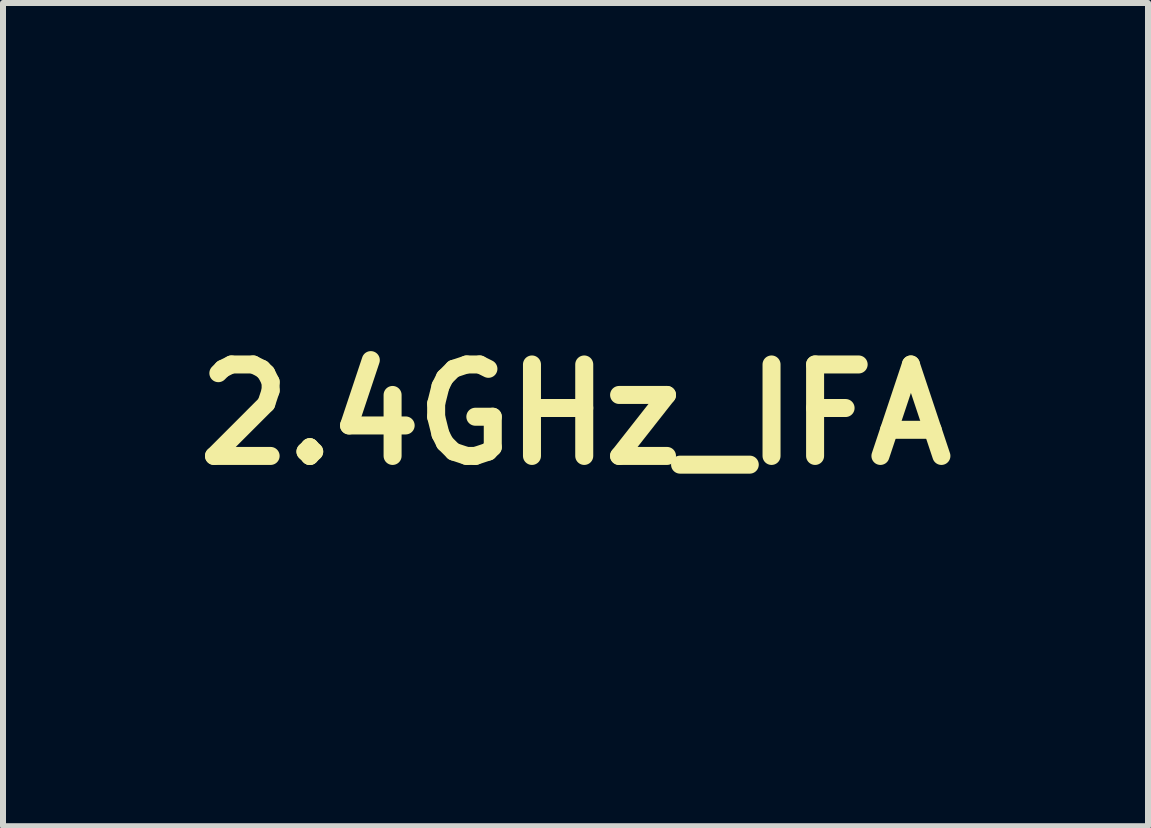
<source format=kicad_pcb>
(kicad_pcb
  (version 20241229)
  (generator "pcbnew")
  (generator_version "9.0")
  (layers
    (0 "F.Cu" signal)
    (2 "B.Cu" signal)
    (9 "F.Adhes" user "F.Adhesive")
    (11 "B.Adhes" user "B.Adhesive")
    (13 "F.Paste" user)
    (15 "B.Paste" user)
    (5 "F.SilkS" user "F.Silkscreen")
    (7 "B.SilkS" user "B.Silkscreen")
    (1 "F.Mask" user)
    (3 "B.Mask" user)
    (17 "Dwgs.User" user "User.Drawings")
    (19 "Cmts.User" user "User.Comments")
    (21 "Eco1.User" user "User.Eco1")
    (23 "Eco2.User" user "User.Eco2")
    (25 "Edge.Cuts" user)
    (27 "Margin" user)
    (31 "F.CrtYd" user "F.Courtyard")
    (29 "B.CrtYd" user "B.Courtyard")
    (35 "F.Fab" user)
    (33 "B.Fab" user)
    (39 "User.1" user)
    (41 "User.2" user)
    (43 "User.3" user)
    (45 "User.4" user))
  (footprint "2.4GHz_IFA"
    (layer "F.Cu")
    (at 6.539 3.857)
    (property "Reference" "2.4GHz_IFA" (at 0 0 0) (layer "F.SilkS") (effects (font (size 1.524 1.524) (thickness 0.3))))
    (attr through_hole)
    (fp_poly (pts (xy -3.095 -3.852) (xy -2.977 -3.847) (xy -2.912 -3.833) (xy -2.885 -3.807) (xy -2.879 -3.764) (xy -2.879 -3.747) (xy -2.879 -3.641) (xy 3.979 -3.641) (xy 3.979 -2.836) (xy -3.175 -2.836) (xy -3.175 3.091) (xy 2.688 3.069) (xy 2.7 2.275) (xy 2.711 1.482) (xy 3.471 1.482) (xy 3.471 2.064) (xy 3.474 2.346) (xy 3.48 2.67) (xy 3.489 2.994) (xy 3.499 3.249) (xy 3.527 3.852) (xy -3.979 3.852) (xy -3.979 -3.641) (xy -3.831 -3.641) (xy -3.731 -3.649) (xy -3.69 -3.684) (xy -3.683 -3.747) (xy -3.68 -3.796) (xy -3.661 -3.826) (xy -3.61 -3.843) (xy -3.511 -3.851) (xy -3.349 -3.852) (xy -3.281 -3.852) (xy -3.095 -3.852)) (stroke (width 0.01) (type solid)) (fill yes) (layer "F.Mask")))
  (gr_rect
    (start -3 -3)
    (end 16.077 10.715)
    (stroke (width 0.1) (type default))
    (fill no)
    (layer "Edge.Cuts")))
</source>
